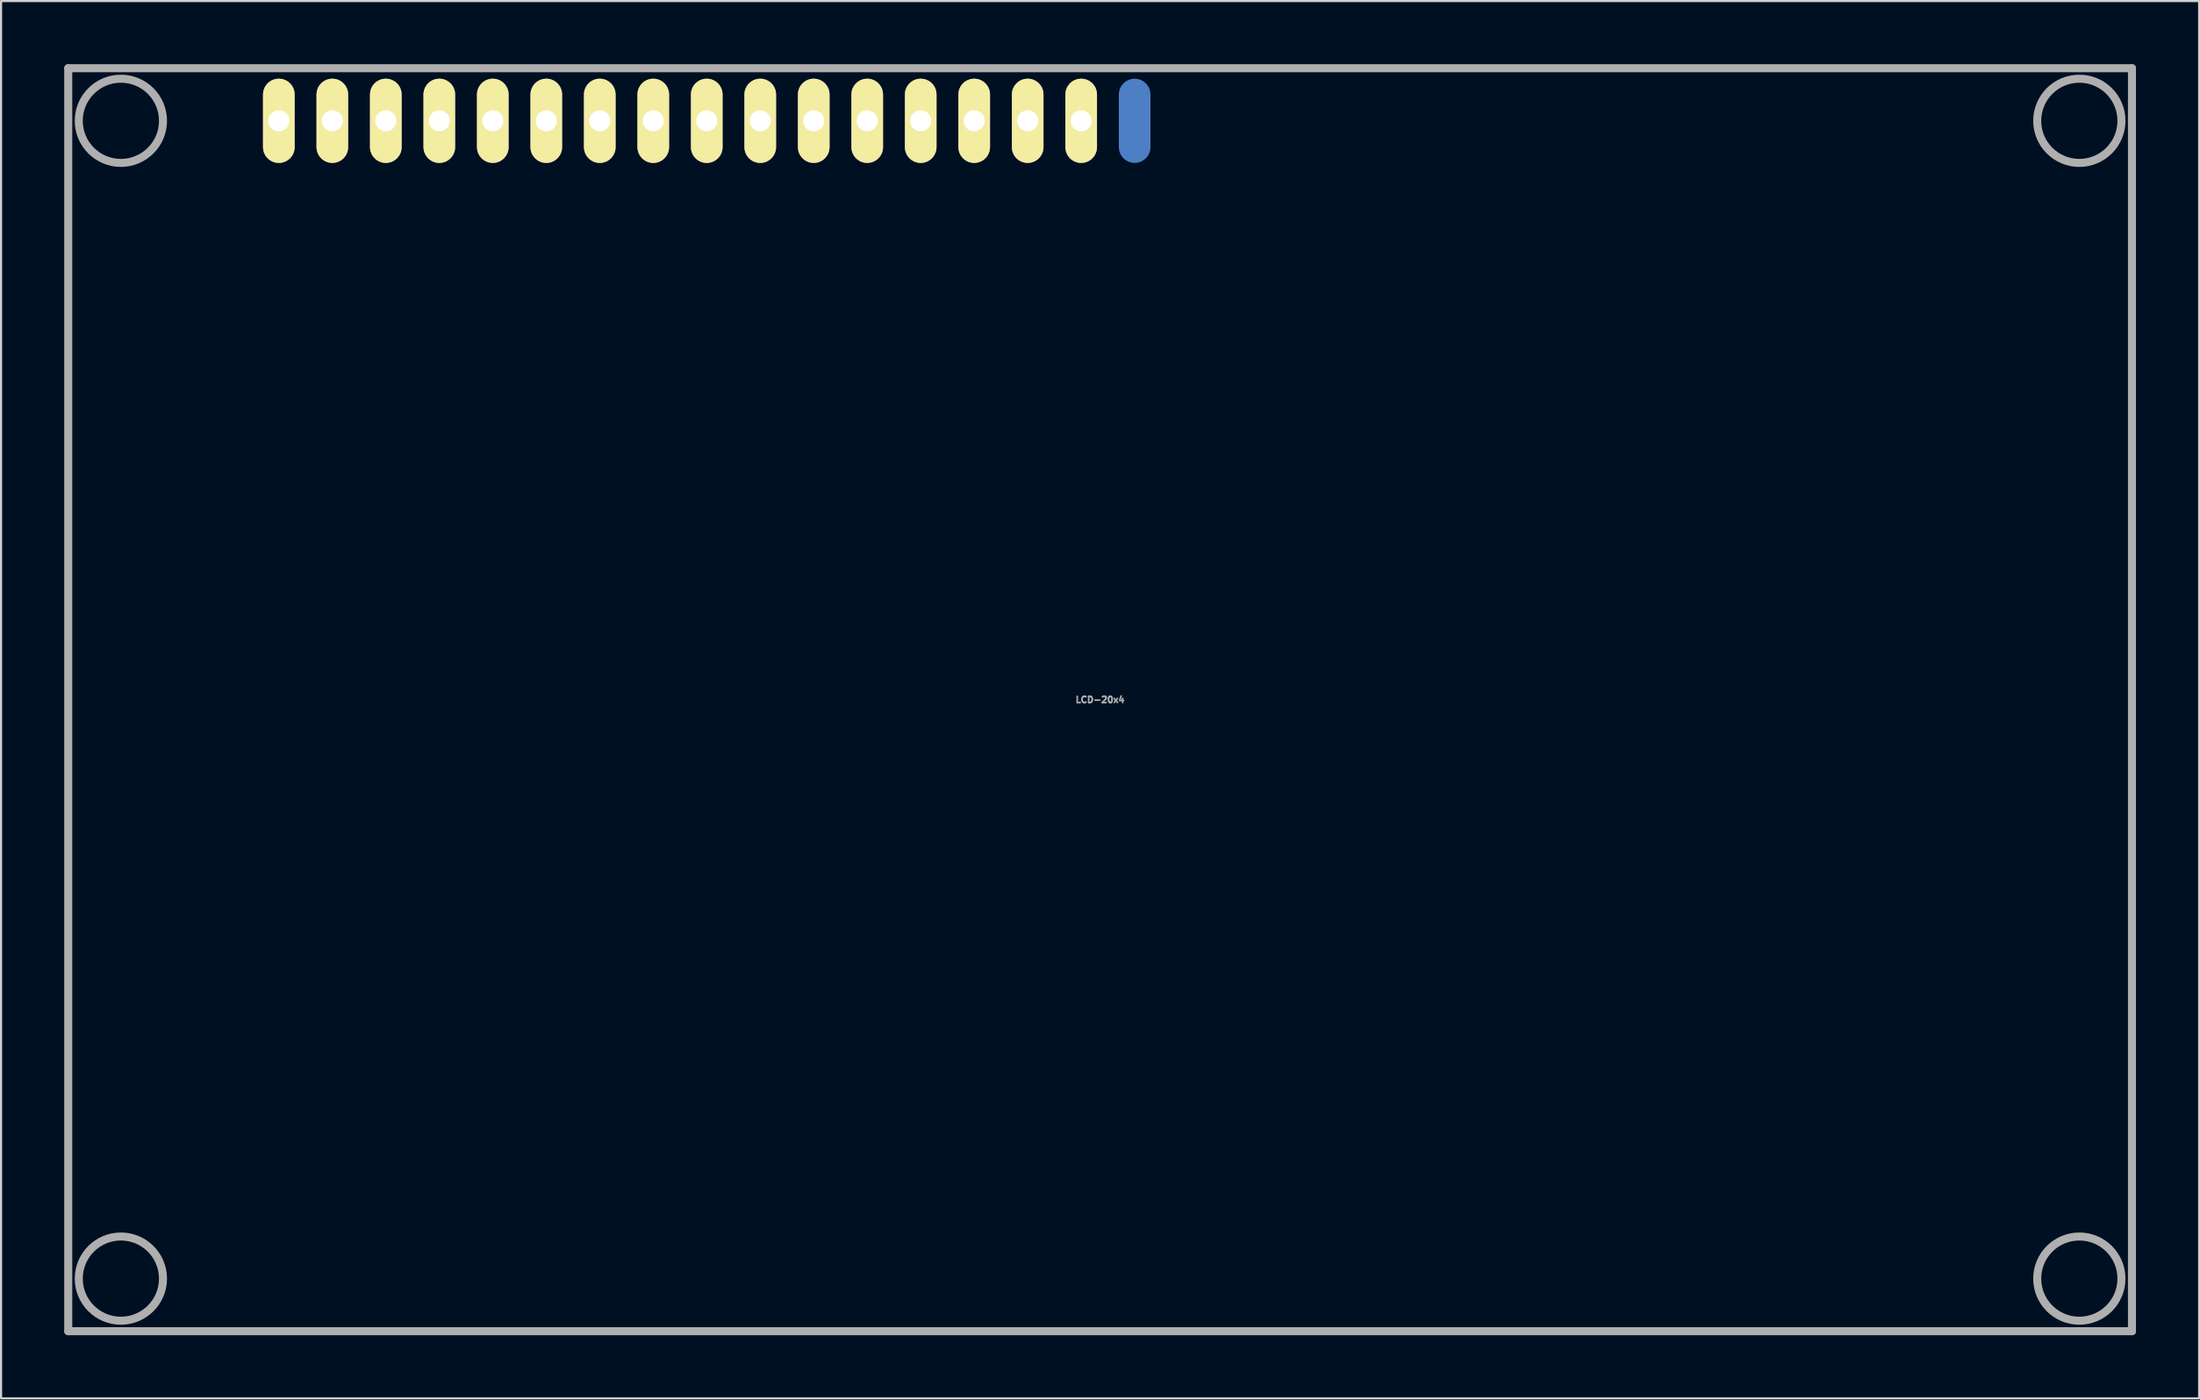
<source format=kicad_pcb>
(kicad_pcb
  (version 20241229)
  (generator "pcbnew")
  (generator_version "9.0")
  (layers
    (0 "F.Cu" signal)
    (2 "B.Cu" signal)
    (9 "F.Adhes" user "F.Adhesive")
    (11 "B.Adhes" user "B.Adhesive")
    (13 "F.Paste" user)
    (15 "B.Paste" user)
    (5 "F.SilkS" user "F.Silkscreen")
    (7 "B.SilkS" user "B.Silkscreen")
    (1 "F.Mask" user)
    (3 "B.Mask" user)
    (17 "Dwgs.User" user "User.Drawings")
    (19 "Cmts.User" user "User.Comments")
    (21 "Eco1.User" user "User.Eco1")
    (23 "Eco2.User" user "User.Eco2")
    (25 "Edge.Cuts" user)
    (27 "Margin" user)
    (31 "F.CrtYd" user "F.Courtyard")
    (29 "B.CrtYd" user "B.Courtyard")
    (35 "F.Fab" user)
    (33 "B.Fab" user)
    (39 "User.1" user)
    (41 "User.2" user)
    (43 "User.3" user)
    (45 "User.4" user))
  (footprint "LCD-20x4"
    (layer "F.Cu")
    (at 49.19 30.19)
    (property "Reference" "LCD-20x4" (at 0 0 0) (layer "F.Fab") (effects (font (size 0.3 0.3) (thickness 0.075))))
    (attr smd)
    (fp_line (start -48.999 -30) (end 48.999 -30) (stroke (width 0.381) (type solid)) (layer "F.Fab"))
    (fp_line (start -48.999 30) (end -48.999 -30) (stroke (width 0.381) (type solid)) (layer "F.Fab"))
    (fp_line (start 48.999 -30) (end 48.999 30) (stroke (width 0.381) (type solid)) (layer "F.Fab"))
    (fp_line (start 48.999 30) (end -48.999 30) (stroke (width 0.381) (type solid)) (layer "F.Fab"))
    (fp_circle (center -46.5 -27.501) (end -44.5 -27.501) (stroke (width 0.381) (type solid)) (fill no) (layer "F.Fab"))
    (fp_circle (center -46.5 27.501) (end -44.5 27.501) (stroke (width 0.381) (type solid)) (fill no) (layer "F.Fab"))
    (fp_circle (center 46.5 -27.501) (end 48.5 -27.501) (stroke (width 0.381) (type solid)) (fill no) (layer "F.Fab"))
    (fp_circle (center 46.5 27.501) (end 48.5 27.501) (stroke (width 0.381) (type solid)) (fill no) (layer "F.Fab"))
    (pad "" smd oval (at 1.641 -27.501) (size 1.501 4) (layers "B.Cu" "B.Mask" "B.Paste"))
    (pad "1" thru_hole oval (at -38.999 -27.501) (size 1.501 4) (drill 1.001) (layers "*.Cu" "*.Mask" "F.SilkS"))
    (pad "2" thru_hole oval (at -36.459 -27.501) (size 1.501 4) (drill 1.001) (layers "*.Cu" "*.Mask" "F.SilkS"))
    (pad "3" thru_hole oval (at -33.919 -27.501) (size 1.501 4) (drill 1.001) (layers "*.Cu" "*.Mask" "F.SilkS"))
    (pad "4" thru_hole oval (at -31.379 -27.501) (size 1.501 4) (drill 1.001) (layers "*.Cu" "*.Mask" "F.SilkS"))
    (pad "5" thru_hole oval (at -28.839 -27.501) (size 1.501 4) (drill 1.001) (layers "*.Cu" "*.Mask" "F.SilkS"))
    (pad "6" thru_hole oval (at -26.299 -27.501) (size 1.501 4) (drill 1.001) (layers "*.Cu" "*.Mask" "F.SilkS"))
    (pad "7" thru_hole oval (at -23.759 -27.501) (size 1.501 4) (drill 1.001) (layers "*.Cu" "*.Mask" "F.SilkS"))
    (pad "8" thru_hole oval (at -21.219 -27.501) (size 1.501 4) (drill 1.001) (layers "*.Cu" "*.Mask" "F.SilkS"))
    (pad "9" thru_hole oval (at -18.679 -27.501) (size 1.501 4) (drill 1.001) (layers "*.Cu" "*.Mask" "F.SilkS"))
    (pad "10" thru_hole oval (at -16.139 -27.501) (size 1.501 4) (drill 1.001) (layers "*.Cu" "*.Mask" "F.SilkS"))
    (pad "11" thru_hole oval (at -13.599 -27.501) (size 1.501 4) (drill 1.001) (layers "*.Cu" "*.Mask" "F.SilkS"))
    (pad "12" thru_hole oval (at -11.059 -27.501) (size 1.501 4) (drill 1.001) (layers "*.Cu" "*.Mask" "F.SilkS"))
    (pad "13" thru_hole oval (at -8.519 -27.501) (size 1.501 4) (drill 1.001) (layers "*.Cu" "*.Mask" "F.SilkS"))
    (pad "14" thru_hole oval (at -5.979 -27.501) (size 1.501 4) (drill 1.001) (layers "*.Cu" "*.Mask" "F.SilkS"))
    (pad "15" thru_hole oval (at -3.439 -27.501) (size 1.501 4) (drill 1.001) (layers "*.Cu" "*.Mask" "F.SilkS"))
    (pad "16" thru_hole oval (at -0.899 -27.501) (size 1.501 4) (drill 1.001) (layers "*.Cu" "*.Mask" "F.SilkS")))
  (gr_rect
    (start -3 -3)
    (end 101.379 63.381)
    (stroke (width 0.1) (type default))
    (fill no)
    (layer "Edge.Cuts")))
</source>
